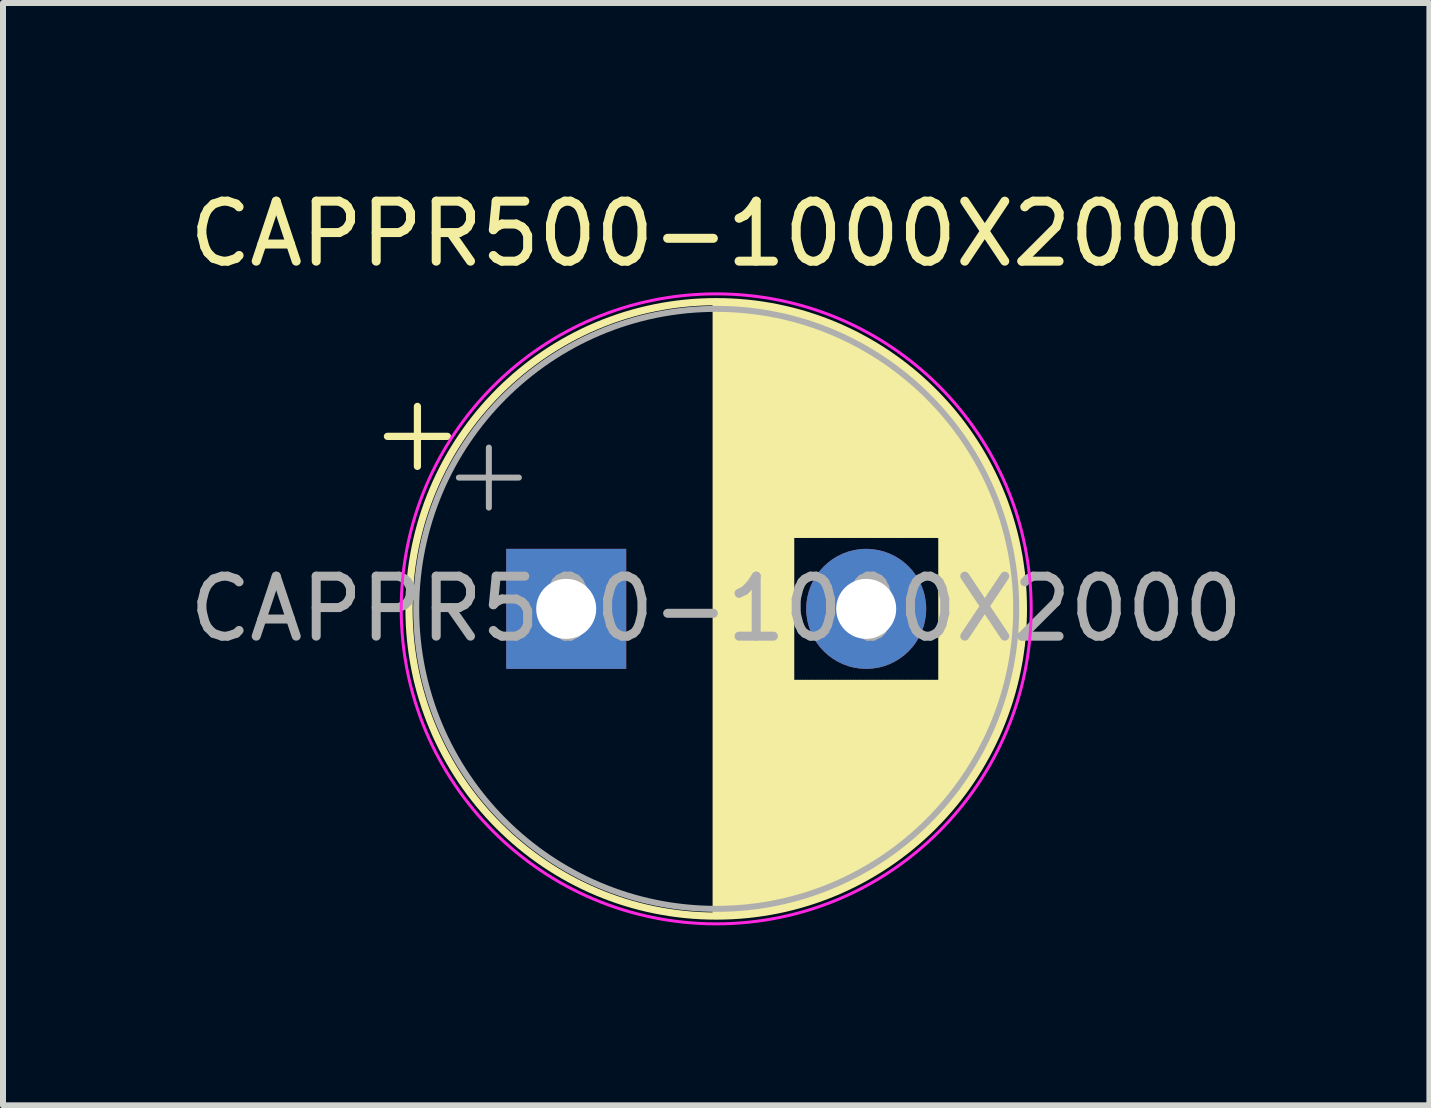
<source format=kicad_pcb>
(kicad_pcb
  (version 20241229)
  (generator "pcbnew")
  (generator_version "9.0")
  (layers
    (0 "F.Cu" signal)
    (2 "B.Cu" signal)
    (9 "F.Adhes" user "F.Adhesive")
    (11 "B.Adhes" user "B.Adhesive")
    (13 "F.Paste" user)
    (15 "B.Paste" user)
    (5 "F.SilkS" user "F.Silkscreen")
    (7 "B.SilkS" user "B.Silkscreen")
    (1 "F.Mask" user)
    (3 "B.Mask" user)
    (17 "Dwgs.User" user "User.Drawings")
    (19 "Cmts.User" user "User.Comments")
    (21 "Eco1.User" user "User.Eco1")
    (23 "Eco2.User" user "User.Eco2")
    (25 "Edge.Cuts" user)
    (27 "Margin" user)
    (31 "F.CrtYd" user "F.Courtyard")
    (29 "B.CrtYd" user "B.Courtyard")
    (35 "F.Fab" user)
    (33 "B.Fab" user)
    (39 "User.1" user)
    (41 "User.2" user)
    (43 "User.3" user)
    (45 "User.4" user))
  (footprint "CAPPR500-1000X2000"
    (layer "F.Cu")
    (at 6.387 7.098)
    (property "Reference" "CAPPR500-1000X2000" (at 2.5 -6.25 0) (layer "F.SilkS") (effects (font (size 1 1) (thickness 0.15))))
    (attr through_hole)
    (fp_line (start -2.98 -2.875) (end -1.98 -2.875) (stroke (width 0.12) (type solid)) (layer "F.SilkS"))
    (fp_line (start -2.48 -3.375) (end -2.48 -2.375) (stroke (width 0.12) (type solid)) (layer "F.SilkS"))
    (fp_line (start 2.5 -5.08) (end 2.5 5.08) (stroke (width 0.12) (type solid)) (layer "F.SilkS"))
    (fp_line (start 2.54 -5.08) (end 2.54 5.08) (stroke (width 0.12) (type solid)) (layer "F.SilkS"))
    (fp_line (start 2.58 -5.08) (end 2.58 5.08) (stroke (width 0.12) (type solid)) (layer "F.SilkS"))
    (fp_line (start 2.62 -5.079) (end 2.62 5.079) (stroke (width 0.12) (type solid)) (layer "F.SilkS"))
    (fp_line (start 2.66 -5.078) (end 2.66 5.078) (stroke (width 0.12) (type solid)) (layer "F.SilkS"))
    (fp_line (start 2.7 -5.077) (end 2.7 5.077) (stroke (width 0.12) (type solid)) (layer "F.SilkS"))
    (fp_line (start 2.74 -5.075) (end 2.74 5.075) (stroke (width 0.12) (type solid)) (layer "F.SilkS"))
    (fp_line (start 2.78 -5.073) (end 2.78 5.073) (stroke (width 0.12) (type solid)) (layer "F.SilkS"))
    (fp_line (start 2.82 -5.07) (end 2.82 5.07) (stroke (width 0.12) (type solid)) (layer "F.SilkS"))
    (fp_line (start 2.86 -5.068) (end 2.86 5.068) (stroke (width 0.12) (type solid)) (layer "F.SilkS"))
    (fp_line (start 2.9 -5.065) (end 2.9 5.065) (stroke (width 0.12) (type solid)) (layer "F.SilkS"))
    (fp_line (start 2.94 -5.062) (end 2.94 5.062) (stroke (width 0.12) (type solid)) (layer "F.SilkS"))
    (fp_line (start 2.98 -5.058) (end 2.98 5.058) (stroke (width 0.12) (type solid)) (layer "F.SilkS"))
    (fp_line (start 3.02 -5.054) (end 3.02 5.054) (stroke (width 0.12) (type solid)) (layer "F.SilkS"))
    (fp_line (start 3.06 -5.05) (end 3.06 5.05) (stroke (width 0.12) (type solid)) (layer "F.SilkS"))
    (fp_line (start 3.1 -5.045) (end 3.1 5.045) (stroke (width 0.12) (type solid)) (layer "F.SilkS"))
    (fp_line (start 3.14 -5.04) (end 3.14 5.04) (stroke (width 0.12) (type solid)) (layer "F.SilkS"))
    (fp_line (start 3.18 -5.035) (end 3.18 5.035) (stroke (width 0.12) (type solid)) (layer "F.SilkS"))
    (fp_line (start 3.221 -5.03) (end 3.221 5.03) (stroke (width 0.12) (type solid)) (layer "F.SilkS"))
    (fp_line (start 3.261 -5.024) (end 3.261 5.024) (stroke (width 0.12) (type solid)) (layer "F.SilkS"))
    (fp_line (start 3.301 -5.018) (end 3.301 5.018) (stroke (width 0.12) (type solid)) (layer "F.SilkS"))
    (fp_line (start 3.341 -5.011) (end 3.341 5.011) (stroke (width 0.12) (type solid)) (layer "F.SilkS"))
    (fp_line (start 3.381 -5.004) (end 3.381 5.004) (stroke (width 0.12) (type solid)) (layer "F.SilkS"))
    (fp_line (start 3.421 -4.997) (end 3.421 4.997) (stroke (width 0.12) (type solid)) (layer "F.SilkS"))
    (fp_line (start 3.461 -4.99) (end 3.461 4.99) (stroke (width 0.12) (type solid)) (layer "F.SilkS"))
    (fp_line (start 3.501 -4.982) (end 3.501 4.982) (stroke (width 0.12) (type solid)) (layer "F.SilkS"))
    (fp_line (start 3.541 -4.974) (end 3.541 4.974) (stroke (width 0.12) (type solid)) (layer "F.SilkS"))
    (fp_line (start 3.581 -4.965) (end 3.581 4.965) (stroke (width 0.12) (type solid)) (layer "F.SilkS"))
    (fp_line (start 3.621 -4.956) (end 3.621 4.956) (stroke (width 0.12) (type solid)) (layer "F.SilkS"))
    (fp_line (start 3.661 -4.947) (end 3.661 4.947) (stroke (width 0.12) (type solid)) (layer "F.SilkS"))
    (fp_line (start 3.701 -4.938) (end 3.701 4.938) (stroke (width 0.12) (type solid)) (layer "F.SilkS"))
    (fp_line (start 3.741 -4.928) (end 3.741 4.928) (stroke (width 0.12) (type solid)) (layer "F.SilkS"))
    (fp_line (start 3.781 -4.918) (end 3.781 -1.241) (stroke (width 0.12) (type solid)) (layer "F.SilkS"))
    (fp_line (start 3.781 1.241) (end 3.781 4.918) (stroke (width 0.12) (type solid)) (layer "F.SilkS"))
    (fp_line (start 3.821 -4.907) (end 3.821 -1.241) (stroke (width 0.12) (type solid)) (layer "F.SilkS"))
    (fp_line (start 3.821 1.241) (end 3.821 4.907) (stroke (width 0.12) (type solid)) (layer "F.SilkS"))
    (fp_line (start 3.861 -4.897) (end 3.861 -1.241) (stroke (width 0.12) (type solid)) (layer "F.SilkS"))
    (fp_line (start 3.861 1.241) (end 3.861 4.897) (stroke (width 0.12) (type solid)) (layer "F.SilkS"))
    (fp_line (start 3.901 -4.885) (end 3.901 -1.241) (stroke (width 0.12) (type solid)) (layer "F.SilkS"))
    (fp_line (start 3.901 1.241) (end 3.901 4.885) (stroke (width 0.12) (type solid)) (layer "F.SilkS"))
    (fp_line (start 3.941 -4.874) (end 3.941 -1.241) (stroke (width 0.12) (type solid)) (layer "F.SilkS"))
    (fp_line (start 3.941 1.241) (end 3.941 4.874) (stroke (width 0.12) (type solid)) (layer "F.SilkS"))
    (fp_line (start 3.981 -4.862) (end 3.981 -1.241) (stroke (width 0.12) (type solid)) (layer "F.SilkS"))
    (fp_line (start 3.981 1.241) (end 3.981 4.862) (stroke (width 0.12) (type solid)) (layer "F.SilkS"))
    (fp_line (start 4.021 -4.85) (end 4.021 -1.241) (stroke (width 0.12) (type solid)) (layer "F.SilkS"))
    (fp_line (start 4.021 1.241) (end 4.021 4.85) (stroke (width 0.12) (type solid)) (layer "F.SilkS"))
    (fp_line (start 4.061 -4.837) (end 4.061 -1.241) (stroke (width 0.12) (type solid)) (layer "F.SilkS"))
    (fp_line (start 4.061 1.241) (end 4.061 4.837) (stroke (width 0.12) (type solid)) (layer "F.SilkS"))
    (fp_line (start 4.101 -4.824) (end 4.101 -1.241) (stroke (width 0.12) (type solid)) (layer "F.SilkS"))
    (fp_line (start 4.101 1.241) (end 4.101 4.824) (stroke (width 0.12) (type solid)) (layer "F.SilkS"))
    (fp_line (start 4.141 -4.811) (end 4.141 -1.241) (stroke (width 0.12) (type solid)) (layer "F.SilkS"))
    (fp_line (start 4.141 1.241) (end 4.141 4.811) (stroke (width 0.12) (type solid)) (layer "F.SilkS"))
    (fp_line (start 4.181 -4.797) (end 4.181 -1.241) (stroke (width 0.12) (type solid)) (layer "F.SilkS"))
    (fp_line (start 4.181 1.241) (end 4.181 4.797) (stroke (width 0.12) (type solid)) (layer "F.SilkS"))
    (fp_line (start 4.221 -4.783) (end 4.221 -1.241) (stroke (width 0.12) (type solid)) (layer "F.SilkS"))
    (fp_line (start 4.221 1.241) (end 4.221 4.783) (stroke (width 0.12) (type solid)) (layer "F.SilkS"))
    (fp_line (start 4.261 -4.768) (end 4.261 -1.241) (stroke (width 0.12) (type solid)) (layer "F.SilkS"))
    (fp_line (start 4.261 1.241) (end 4.261 4.768) (stroke (width 0.12) (type solid)) (layer "F.SilkS"))
    (fp_line (start 4.301 -4.754) (end 4.301 -1.241) (stroke (width 0.12) (type solid)) (layer "F.SilkS"))
    (fp_line (start 4.301 1.241) (end 4.301 4.754) (stroke (width 0.12) (type solid)) (layer "F.SilkS"))
    (fp_line (start 4.341 -4.738) (end 4.341 -1.241) (stroke (width 0.12) (type solid)) (layer "F.SilkS"))
    (fp_line (start 4.341 1.241) (end 4.341 4.738) (stroke (width 0.12) (type solid)) (layer "F.SilkS"))
    (fp_line (start 4.381 -4.723) (end 4.381 -1.241) (stroke (width 0.12) (type solid)) (layer "F.SilkS"))
    (fp_line (start 4.381 1.241) (end 4.381 4.723) (stroke (width 0.12) (type solid)) (layer "F.SilkS"))
    (fp_line (start 4.421 -4.707) (end 4.421 -1.241) (stroke (width 0.12) (type solid)) (layer "F.SilkS"))
    (fp_line (start 4.421 1.241) (end 4.421 4.707) (stroke (width 0.12) (type solid)) (layer "F.SilkS"))
    (fp_line (start 4.461 -4.69) (end 4.461 -1.241) (stroke (width 0.12) (type solid)) (layer "F.SilkS"))
    (fp_line (start 4.461 1.241) (end 4.461 4.69) (stroke (width 0.12) (type solid)) (layer "F.SilkS"))
    (fp_line (start 4.501 -4.674) (end 4.501 -1.241) (stroke (width 0.12) (type solid)) (layer "F.SilkS"))
    (fp_line (start 4.501 1.241) (end 4.501 4.674) (stroke (width 0.12) (type solid)) (layer "F.SilkS"))
    (fp_line (start 4.541 -4.657) (end 4.541 -1.241) (stroke (width 0.12) (type solid)) (layer "F.SilkS"))
    (fp_line (start 4.541 1.241) (end 4.541 4.657) (stroke (width 0.12) (type solid)) (layer "F.SilkS"))
    (fp_line (start 4.581 -4.639) (end 4.581 -1.241) (stroke (width 0.12) (type solid)) (layer "F.SilkS"))
    (fp_line (start 4.581 1.241) (end 4.581 4.639) (stroke (width 0.12) (type solid)) (layer "F.SilkS"))
    (fp_line (start 4.621 -4.621) (end 4.621 -1.241) (stroke (width 0.12) (type solid)) (layer "F.SilkS"))
    (fp_line (start 4.621 1.241) (end 4.621 4.621) (stroke (width 0.12) (type solid)) (layer "F.SilkS"))
    (fp_line (start 4.661 -4.603) (end 4.661 -1.241) (stroke (width 0.12) (type solid)) (layer "F.SilkS"))
    (fp_line (start 4.661 1.241) (end 4.661 4.603) (stroke (width 0.12) (type solid)) (layer "F.SilkS"))
    (fp_line (start 4.701 -4.584) (end 4.701 -1.241) (stroke (width 0.12) (type solid)) (layer "F.SilkS"))
    (fp_line (start 4.701 1.241) (end 4.701 4.584) (stroke (width 0.12) (type solid)) (layer "F.SilkS"))
    (fp_line (start 4.741 -4.564) (end 4.741 -1.241) (stroke (width 0.12) (type solid)) (layer "F.SilkS"))
    (fp_line (start 4.741 1.241) (end 4.741 4.564) (stroke (width 0.12) (type solid)) (layer "F.SilkS"))
    (fp_line (start 4.781 -4.545) (end 4.781 -1.241) (stroke (width 0.12) (type solid)) (layer "F.SilkS"))
    (fp_line (start 4.781 1.241) (end 4.781 4.545) (stroke (width 0.12) (type solid)) (layer "F.SilkS"))
    (fp_line (start 4.821 -4.525) (end 4.821 -1.241) (stroke (width 0.12) (type solid)) (layer "F.SilkS"))
    (fp_line (start 4.821 1.241) (end 4.821 4.525) (stroke (width 0.12) (type solid)) (layer "F.SilkS"))
    (fp_line (start 4.861 -4.504) (end 4.861 -1.241) (stroke (width 0.12) (type solid)) (layer "F.SilkS"))
    (fp_line (start 4.861 1.241) (end 4.861 4.504) (stroke (width 0.12) (type solid)) (layer "F.SilkS"))
    (fp_line (start 4.901 -4.483) (end 4.901 -1.241) (stroke (width 0.12) (type solid)) (layer "F.SilkS"))
    (fp_line (start 4.901 1.241) (end 4.901 4.483) (stroke (width 0.12) (type solid)) (layer "F.SilkS"))
    (fp_line (start 4.941 -4.462) (end 4.941 -1.241) (stroke (width 0.12) (type solid)) (layer "F.SilkS"))
    (fp_line (start 4.941 1.241) (end 4.941 4.462) (stroke (width 0.12) (type solid)) (layer "F.SilkS"))
    (fp_line (start 4.981 -4.44) (end 4.981 -1.241) (stroke (width 0.12) (type solid)) (layer "F.SilkS"))
    (fp_line (start 4.981 1.241) (end 4.981 4.44) (stroke (width 0.12) (type solid)) (layer "F.SilkS"))
    (fp_line (start 5.021 -4.417) (end 5.021 -1.241) (stroke (width 0.12) (type solid)) (layer "F.SilkS"))
    (fp_line (start 5.021 1.241) (end 5.021 4.417) (stroke (width 0.12) (type solid)) (layer "F.SilkS"))
    (fp_line (start 5.061 -4.395) (end 5.061 -1.241) (stroke (width 0.12) (type solid)) (layer "F.SilkS"))
    (fp_line (start 5.061 1.241) (end 5.061 4.395) (stroke (width 0.12) (type solid)) (layer "F.SilkS"))
    (fp_line (start 5.101 -4.371) (end 5.101 -1.241) (stroke (width 0.12) (type solid)) (layer "F.SilkS"))
    (fp_line (start 5.101 1.241) (end 5.101 4.371) (stroke (width 0.12) (type solid)) (layer "F.SilkS"))
    (fp_line (start 5.141 -4.347) (end 5.141 -1.241) (stroke (width 0.12) (type solid)) (layer "F.SilkS"))
    (fp_line (start 5.141 1.241) (end 5.141 4.347) (stroke (width 0.12) (type solid)) (layer "F.SilkS"))
    (fp_line (start 5.181 -4.323) (end 5.181 -1.241) (stroke (width 0.12) (type solid)) (layer "F.SilkS"))
    (fp_line (start 5.181 1.241) (end 5.181 4.323) (stroke (width 0.12) (type solid)) (layer "F.SilkS"))
    (fp_line (start 5.221 -4.298) (end 5.221 -1.241) (stroke (width 0.12) (type solid)) (layer "F.SilkS"))
    (fp_line (start 5.221 1.241) (end 5.221 4.298) (stroke (width 0.12) (type solid)) (layer "F.SilkS"))
    (fp_line (start 5.261 -4.273) (end 5.261 -1.241) (stroke (width 0.12) (type solid)) (layer "F.SilkS"))
    (fp_line (start 5.261 1.241) (end 5.261 4.273) (stroke (width 0.12) (type solid)) (layer "F.SilkS"))
    (fp_line (start 5.301 -4.247) (end 5.301 -1.241) (stroke (width 0.12) (type solid)) (layer "F.SilkS"))
    (fp_line (start 5.301 1.241) (end 5.301 4.247) (stroke (width 0.12) (type solid)) (layer "F.SilkS"))
    (fp_line (start 5.341 -4.221) (end 5.341 -1.241) (stroke (width 0.12) (type solid)) (layer "F.SilkS"))
    (fp_line (start 5.341 1.241) (end 5.341 4.221) (stroke (width 0.12) (type solid)) (layer "F.SilkS"))
    (fp_line (start 5.381 -4.194) (end 5.381 -1.241) (stroke (width 0.12) (type solid)) (layer "F.SilkS"))
    (fp_line (start 5.381 1.241) (end 5.381 4.194) (stroke (width 0.12) (type solid)) (layer "F.SilkS"))
    (fp_line (start 5.421 -4.166) (end 5.421 -1.241) (stroke (width 0.12) (type solid)) (layer "F.SilkS"))
    (fp_line (start 5.421 1.241) (end 5.421 4.166) (stroke (width 0.12) (type solid)) (layer "F.SilkS"))
    (fp_line (start 5.461 -4.138) (end 5.461 -1.241) (stroke (width 0.12) (type solid)) (layer "F.SilkS"))
    (fp_line (start 5.461 1.241) (end 5.461 4.138) (stroke (width 0.12) (type solid)) (layer "F.SilkS"))
    (fp_line (start 5.501 -4.11) (end 5.501 -1.241) (stroke (width 0.12) (type solid)) (layer "F.SilkS"))
    (fp_line (start 5.501 1.241) (end 5.501 4.11) (stroke (width 0.12) (type solid)) (layer "F.SilkS"))
    (fp_line (start 5.541 -4.08) (end 5.541 -1.241) (stroke (width 0.12) (type solid)) (layer "F.SilkS"))
    (fp_line (start 5.541 1.241) (end 5.541 4.08) (stroke (width 0.12) (type solid)) (layer "F.SilkS"))
    (fp_line (start 5.581 -4.05) (end 5.581 -1.241) (stroke (width 0.12) (type solid)) (layer "F.SilkS"))
    (fp_line (start 5.581 1.241) (end 5.581 4.05) (stroke (width 0.12) (type solid)) (layer "F.SilkS"))
    (fp_line (start 5.621 -4.02) (end 5.621 -1.241) (stroke (width 0.12) (type solid)) (layer "F.SilkS"))
    (fp_line (start 5.621 1.241) (end 5.621 4.02) (stroke (width 0.12) (type solid)) (layer "F.SilkS"))
    (fp_line (start 5.661 -3.989) (end 5.661 -1.241) (stroke (width 0.12) (type solid)) (layer "F.SilkS"))
    (fp_line (start 5.661 1.241) (end 5.661 3.989) (stroke (width 0.12) (type solid)) (layer "F.SilkS"))
    (fp_line (start 5.701 -3.957) (end 5.701 -1.241) (stroke (width 0.12) (type solid)) (layer "F.SilkS"))
    (fp_line (start 5.701 1.241) (end 5.701 3.957) (stroke (width 0.12) (type solid)) (layer "F.SilkS"))
    (fp_line (start 5.741 -3.925) (end 5.741 -1.241) (stroke (width 0.12) (type solid)) (layer "F.SilkS"))
    (fp_line (start 5.741 1.241) (end 5.741 3.925) (stroke (width 0.12) (type solid)) (layer "F.SilkS"))
    (fp_line (start 5.781 -3.892) (end 5.781 -1.241) (stroke (width 0.12) (type solid)) (layer "F.SilkS"))
    (fp_line (start 5.781 1.241) (end 5.781 3.892) (stroke (width 0.12) (type solid)) (layer "F.SilkS"))
    (fp_line (start 5.821 -3.858) (end 5.821 -1.241) (stroke (width 0.12) (type solid)) (layer "F.SilkS"))
    (fp_line (start 5.821 1.241) (end 5.821 3.858) (stroke (width 0.12) (type solid)) (layer "F.SilkS"))
    (fp_line (start 5.861 -3.824) (end 5.861 -1.241) (stroke (width 0.12) (type solid)) (layer "F.SilkS"))
    (fp_line (start 5.861 1.241) (end 5.861 3.824) (stroke (width 0.12) (type solid)) (layer "F.SilkS"))
    (fp_line (start 5.901 -3.789) (end 5.901 -1.241) (stroke (width 0.12) (type solid)) (layer "F.SilkS"))
    (fp_line (start 5.901 1.241) (end 5.901 3.789) (stroke (width 0.12) (type solid)) (layer "F.SilkS"))
    (fp_line (start 5.941 -3.753) (end 5.941 -1.241) (stroke (width 0.12) (type solid)) (layer "F.SilkS"))
    (fp_line (start 5.941 1.241) (end 5.941 3.753) (stroke (width 0.12) (type solid)) (layer "F.SilkS"))
    (fp_line (start 5.981 -3.716) (end 5.981 -1.241) (stroke (width 0.12) (type solid)) (layer "F.SilkS"))
    (fp_line (start 5.981 1.241) (end 5.981 3.716) (stroke (width 0.12) (type solid)) (layer "F.SilkS"))
    (fp_line (start 6.021 -3.679) (end 6.021 -1.241) (stroke (width 0.12) (type solid)) (layer "F.SilkS"))
    (fp_line (start 6.021 1.241) (end 6.021 3.679) (stroke (width 0.12) (type solid)) (layer "F.SilkS"))
    (fp_line (start 6.061 -3.64) (end 6.061 -1.241) (stroke (width 0.12) (type solid)) (layer "F.SilkS"))
    (fp_line (start 6.061 1.241) (end 6.061 3.64) (stroke (width 0.12) (type solid)) (layer "F.SilkS"))
    (fp_line (start 6.101 -3.601) (end 6.101 -1.241) (stroke (width 0.12) (type solid)) (layer "F.SilkS"))
    (fp_line (start 6.101 1.241) (end 6.101 3.601) (stroke (width 0.12) (type solid)) (layer "F.SilkS"))
    (fp_line (start 6.141 -3.561) (end 6.141 -1.241) (stroke (width 0.12) (type solid)) (layer "F.SilkS"))
    (fp_line (start 6.141 1.241) (end 6.141 3.561) (stroke (width 0.12) (type solid)) (layer "F.SilkS"))
    (fp_line (start 6.181 -3.52) (end 6.181 -1.241) (stroke (width 0.12) (type solid)) (layer "F.SilkS"))
    (fp_line (start 6.181 1.241) (end 6.181 3.52) (stroke (width 0.12) (type solid)) (layer "F.SilkS"))
    (fp_line (start 6.221 -3.478) (end 6.221 -1.241) (stroke (width 0.12) (type solid)) (layer "F.SilkS"))
    (fp_line (start 6.221 1.241) (end 6.221 3.478) (stroke (width 0.12) (type solid)) (layer "F.SilkS"))
    (fp_line (start 6.261 -3.436) (end 6.261 3.436) (stroke (width 0.12) (type solid)) (layer "F.SilkS"))
    (fp_line (start 6.301 -3.392) (end 6.301 3.392) (stroke (width 0.12) (type solid)) (layer "F.SilkS"))
    (fp_line (start 6.341 -3.347) (end 6.341 3.347) (stroke (width 0.12) (type solid)) (layer "F.SilkS"))
    (fp_line (start 6.381 -3.301) (end 6.381 3.301) (stroke (width 0.12) (type solid)) (layer "F.SilkS"))
    (fp_line (start 6.421 -3.254) (end 6.421 3.254) (stroke (width 0.12) (type solid)) (layer "F.SilkS"))
    (fp_line (start 6.461 -3.206) (end 6.461 3.206) (stroke (width 0.12) (type solid)) (layer "F.SilkS"))
    (fp_line (start 6.501 -3.156) (end 6.501 3.156) (stroke (width 0.12) (type solid)) (layer "F.SilkS"))
    (fp_line (start 6.541 -3.106) (end 6.541 3.106) (stroke (width 0.12) (type solid)) (layer "F.SilkS"))
    (fp_line (start 6.581 -3.054) (end 6.581 3.054) (stroke (width 0.12) (type solid)) (layer "F.SilkS"))
    (fp_line (start 6.621 -3) (end 6.621 3) (stroke (width 0.12) (type solid)) (layer "F.SilkS"))
    (fp_line (start 6.661 -2.945) (end 6.661 2.945) (stroke (width 0.12) (type solid)) (layer "F.SilkS"))
    (fp_line (start 6.701 -2.889) (end 6.701 2.889) (stroke (width 0.12) (type solid)) (layer "F.SilkS"))
    (fp_line (start 6.741 -2.83) (end 6.741 2.83) (stroke (width 0.12) (type solid)) (layer "F.SilkS"))
    (fp_line (start 6.781 -2.77) (end 6.781 2.77) (stroke (width 0.12) (type solid)) (layer "F.SilkS"))
    (fp_line (start 6.821 -2.709) (end 6.821 2.709) (stroke (width 0.12) (type solid)) (layer "F.SilkS"))
    (fp_line (start 6.861 -2.645) (end 6.861 2.645) (stroke (width 0.12) (type solid)) (layer "F.SilkS"))
    (fp_line (start 6.901 -2.579) (end 6.901 2.579) (stroke (width 0.12) (type solid)) (layer "F.SilkS"))
    (fp_line (start 6.941 -2.51) (end 6.941 2.51) (stroke (width 0.12) (type solid)) (layer "F.SilkS"))
    (fp_line (start 6.981 -2.439) (end 6.981 2.439) (stroke (width 0.12) (type solid)) (layer "F.SilkS"))
    (fp_line (start 7.021 -2.365) (end 7.021 2.365) (stroke (width 0.12) (type solid)) (layer "F.SilkS"))
    (fp_line (start 7.061 -2.289) (end 7.061 2.289) (stroke (width 0.12) (type solid)) (layer "F.SilkS"))
    (fp_line (start 7.101 -2.209) (end 7.101 2.209) (stroke (width 0.12) (type solid)) (layer "F.SilkS"))
    (fp_line (start 7.141 -2.125) (end 7.141 2.125) (stroke (width 0.12) (type solid)) (layer "F.SilkS"))
    (fp_line (start 7.181 -2.037) (end 7.181 2.037) (stroke (width 0.12) (type solid)) (layer "F.SilkS"))
    (fp_line (start 7.221 -1.944) (end 7.221 1.944) (stroke (width 0.12) (type solid)) (layer "F.SilkS"))
    (fp_line (start 7.261 -1.846) (end 7.261 1.846) (stroke (width 0.12) (type solid)) (layer "F.SilkS"))
    (fp_line (start 7.301 -1.742) (end 7.301 1.742) (stroke (width 0.12) (type solid)) (layer "F.SilkS"))
    (fp_line (start 7.341 -1.63) (end 7.341 1.63) (stroke (width 0.12) (type solid)) (layer "F.SilkS"))
    (fp_line (start 7.381 -1.51) (end 7.381 1.51) (stroke (width 0.12) (type solid)) (layer "F.SilkS"))
    (fp_line (start 7.421 -1.378) (end 7.421 1.378) (stroke (width 0.12) (type solid)) (layer "F.SilkS"))
    (fp_line (start 7.461 -1.23) (end 7.461 1.23) (stroke (width 0.12) (type solid)) (layer "F.SilkS"))
    (fp_line (start 7.501 -1.062) (end 7.501 1.062) (stroke (width 0.12) (type solid)) (layer "F.SilkS"))
    (fp_line (start 7.541 -0.862) (end 7.541 0.862) (stroke (width 0.12) (type solid)) (layer "F.SilkS"))
    (fp_line (start 7.581 -0.599) (end 7.581 0.599) (stroke (width 0.12) (type solid)) (layer "F.SilkS"))
    (fp_circle (center 2.5 0) (end 7.62 0) (stroke (width 0.12) (type solid)) (fill no) (layer "F.SilkS"))
    (fp_circle (center 2.5 0) (end 7.75 0) (stroke (width 0.05) (type solid)) (fill no) (layer "F.CrtYd"))
    (fp_line (start -1.789 -2.188) (end -0.789 -2.188) (stroke (width 0.1) (type solid)) (layer "F.Fab"))
    (fp_line (start -1.289 -2.688) (end -1.289 -1.688) (stroke (width 0.1) (type solid)) (layer "F.Fab"))
    (fp_circle (center 2.5 0) (end 7.5 0) (stroke (width 0.1) (type solid)) (fill no) (layer "F.Fab"))
    (fp_text user "${REFERENCE}" (at 2.5 0 0) (layer "F.Fab") (effects (font (size 1 1) (thickness 0.15))))
    (pad "1" thru_hole rect (at 0 0) (size 2 2) (drill 1) (layers "*.Cu" "*.Mask"))
    (pad "2" thru_hole circle (at 5 0) (size 2 2) (drill 1) (layers "*.Cu" "*.Mask")))
  (gr_rect
    (start -3 -3)
    (end 20.774 15.373)
    (stroke (width 0.1) (type default))
    (fill no)
    (layer "Edge.Cuts")))
</source>
